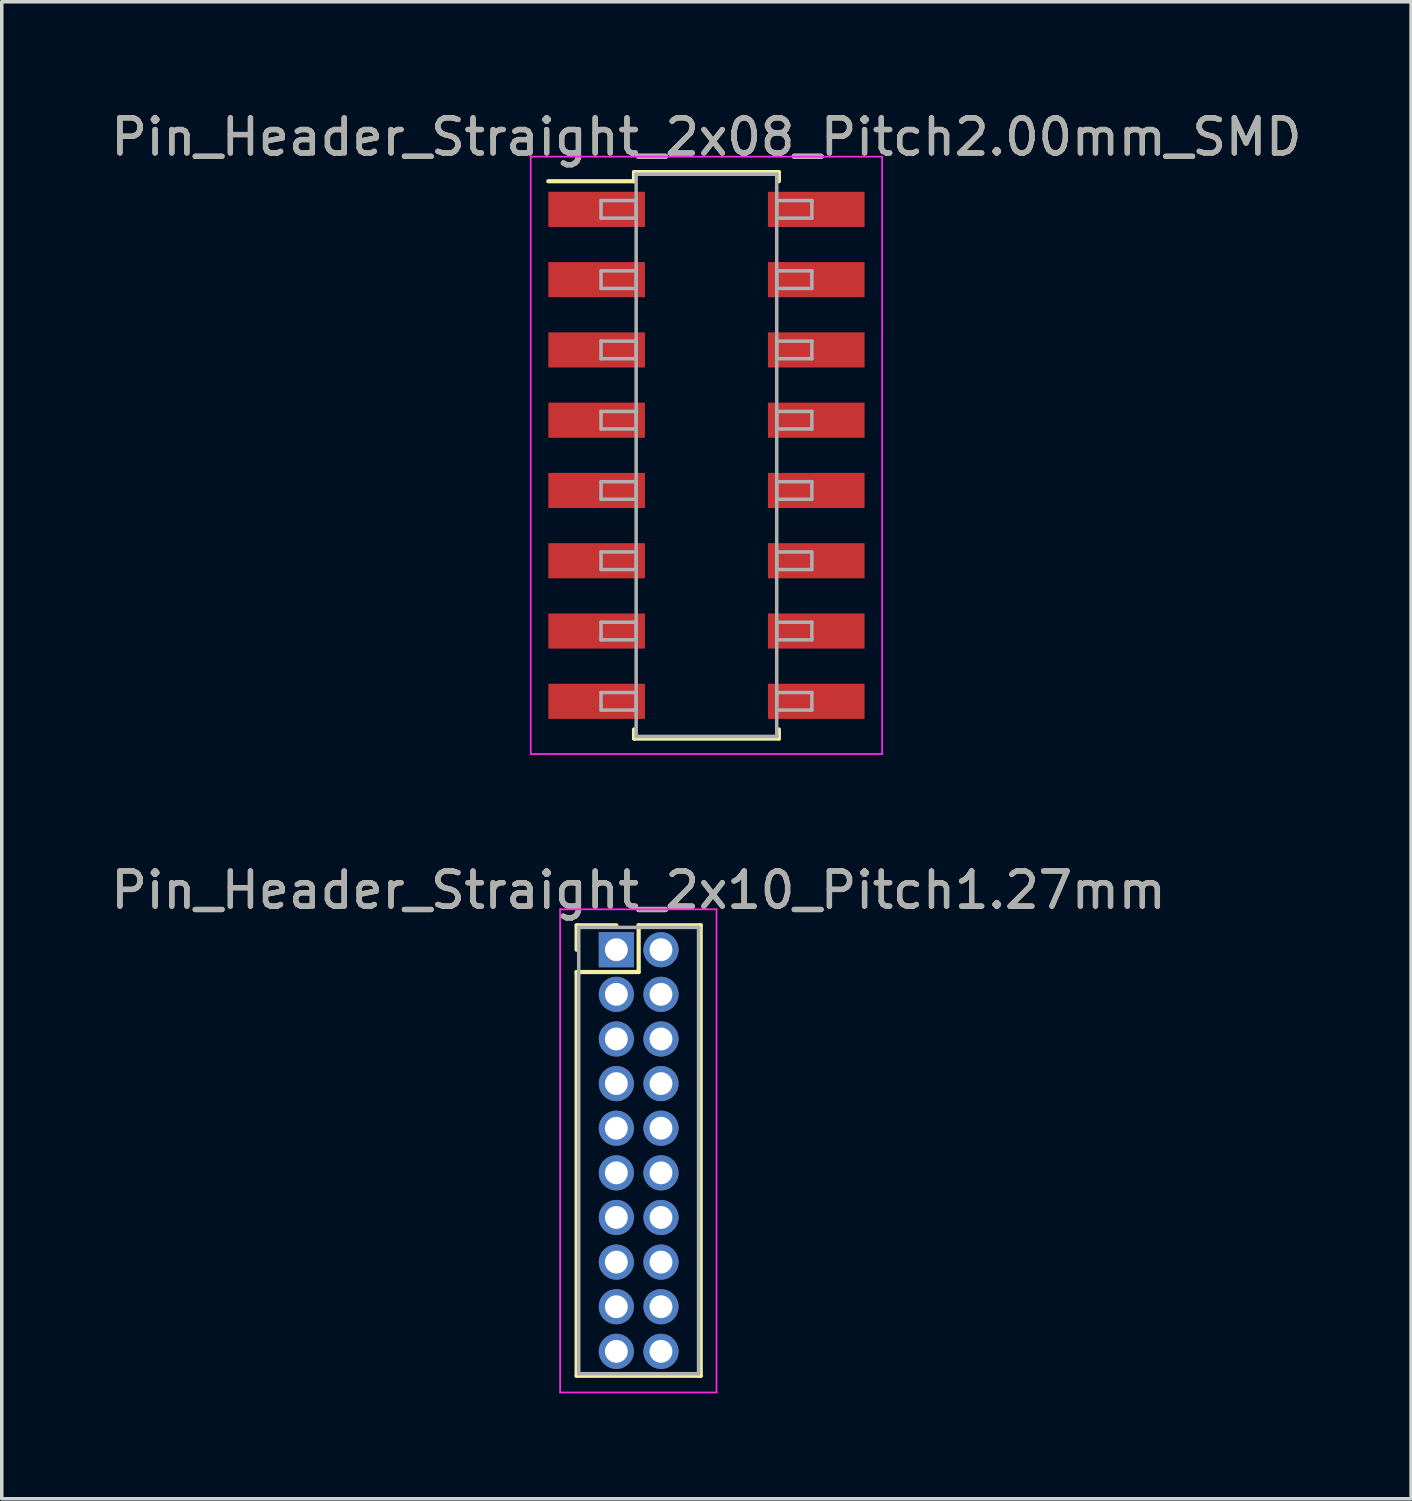
<source format=kicad_pcb>
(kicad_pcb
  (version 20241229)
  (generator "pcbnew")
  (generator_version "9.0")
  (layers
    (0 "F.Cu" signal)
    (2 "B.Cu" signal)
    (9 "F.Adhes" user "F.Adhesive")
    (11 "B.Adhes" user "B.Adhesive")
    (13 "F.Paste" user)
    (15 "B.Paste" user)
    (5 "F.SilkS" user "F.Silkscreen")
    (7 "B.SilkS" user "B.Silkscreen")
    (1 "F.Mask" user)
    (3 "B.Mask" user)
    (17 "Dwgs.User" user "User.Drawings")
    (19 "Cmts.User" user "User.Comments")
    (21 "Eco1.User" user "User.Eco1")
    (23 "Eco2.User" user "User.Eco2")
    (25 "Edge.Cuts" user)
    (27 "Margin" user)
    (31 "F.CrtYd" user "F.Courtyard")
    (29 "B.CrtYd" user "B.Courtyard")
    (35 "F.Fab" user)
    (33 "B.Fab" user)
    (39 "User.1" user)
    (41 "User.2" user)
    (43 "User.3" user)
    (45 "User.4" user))
  (footprint "Pin_Header_Straight_2x10_Pitch1.27mm"
    (layer "F.Cu")
    (at 14.49 23.977)
    (property "Reference" "Pin_Header_Straight_2x10_Pitch1.27mm" (at 0.635 -1.695 0) (layer "F.SilkS") (effects (font (size 1 1) (thickness 0.15))))
    (attr through_hole)
    (fp_line (start -1.13 -0.695) (end 0 -0.695) (stroke (width 0.12) (type solid)) (layer "F.SilkS"))
    (fp_line (start -1.13 0) (end -1.13 -0.695) (stroke (width 0.12) (type solid)) (layer "F.SilkS"))
    (fp_line (start -1.13 0.635) (end -1.13 12.125) (stroke (width 0.12) (type solid)) (layer "F.SilkS"))
    (fp_line (start -1.13 12.125) (end 2.4 12.125) (stroke (width 0.12) (type solid)) (layer "F.SilkS"))
    (fp_line (start 0.635 -0.695) (end 0.635 0.635) (stroke (width 0.12) (type solid)) (layer "F.SilkS"))
    (fp_line (start 0.635 0.635) (end -1.13 0.635) (stroke (width 0.12) (type solid)) (layer "F.SilkS"))
    (fp_line (start 2.4 -0.695) (end 0.635 -0.695) (stroke (width 0.12) (type solid)) (layer "F.SilkS"))
    (fp_line (start 2.4 12.125) (end 2.4 -0.695) (stroke (width 0.12) (type solid)) (layer "F.SilkS"))
    (fp_line (start -1.6 -1.15) (end -1.6 12.6) (stroke (width 0.05) (type solid)) (layer "F.CrtYd"))
    (fp_line (start -1.6 12.6) (end 2.85 12.6) (stroke (width 0.05) (type solid)) (layer "F.CrtYd"))
    (fp_line (start 2.85 -1.15) (end -1.6 -1.15) (stroke (width 0.05) (type solid)) (layer "F.CrtYd"))
    (fp_line (start 2.85 12.6) (end 2.85 -1.15) (stroke (width 0.05) (type solid)) (layer "F.CrtYd"))
    (fp_line (start -1.07 -0.635) (end -1.07 12.065) (stroke (width 0.1) (type solid)) (layer "F.Fab"))
    (fp_line (start -1.07 12.065) (end 2.34 12.065) (stroke (width 0.1) (type solid)) (layer "F.Fab"))
    (fp_line (start 2.34 -0.635) (end -1.07 -0.635) (stroke (width 0.1) (type solid)) (layer "F.Fab"))
    (fp_line (start 2.34 12.065) (end 2.34 -0.635) (stroke (width 0.1) (type solid)) (layer "F.Fab"))
    (fp_text user "${REFERENCE}" (at 0.635 -1.695 0) (layer "F.Fab") (effects (font (size 1 1) (thickness 0.15))))
    (pad "1" thru_hole rect (at 0 0) (size 1 1) (drill 0.65) (layers "*.Cu" "*.Mask"))
    (pad "2" thru_hole oval (at 1.27 0) (size 1 1) (drill 0.65) (layers "*.Cu" "*.Mask"))
    (pad "3" thru_hole oval (at 0 1.27) (size 1 1) (drill 0.65) (layers "*.Cu" "*.Mask"))
    (pad "4" thru_hole oval (at 1.27 1.27) (size 1 1) (drill 0.65) (layers "*.Cu" "*.Mask"))
    (pad "5" thru_hole oval (at 0 2.54) (size 1 1) (drill 0.65) (layers "*.Cu" "*.Mask"))
    (pad "6" thru_hole oval (at 1.27 2.54) (size 1 1) (drill 0.65) (layers "*.Cu" "*.Mask"))
    (pad "7" thru_hole oval (at 0 3.81) (size 1 1) (drill 0.65) (layers "*.Cu" "*.Mask"))
    (pad "8" thru_hole oval (at 1.27 3.81) (size 1 1) (drill 0.65) (layers "*.Cu" "*.Mask"))
    (pad "9" thru_hole oval (at 0 5.08) (size 1 1) (drill 0.65) (layers "*.Cu" "*.Mask"))
    (pad "10" thru_hole oval (at 1.27 5.08) (size 1 1) (drill 0.65) (layers "*.Cu" "*.Mask"))
    (pad "11" thru_hole oval (at 0 6.35) (size 1 1) (drill 0.65) (layers "*.Cu" "*.Mask"))
    (pad "12" thru_hole oval (at 1.27 6.35) (size 1 1) (drill 0.65) (layers "*.Cu" "*.Mask"))
    (pad "13" thru_hole oval (at 0 7.62) (size 1 1) (drill 0.65) (layers "*.Cu" "*.Mask"))
    (pad "14" thru_hole oval (at 1.27 7.62) (size 1 1) (drill 0.65) (layers "*.Cu" "*.Mask"))
    (pad "15" thru_hole oval (at 0 8.89) (size 1 1) (drill 0.65) (layers "*.Cu" "*.Mask"))
    (pad "16" thru_hole oval (at 1.27 8.89) (size 1 1) (drill 0.65) (layers "*.Cu" "*.Mask"))
    (pad "17" thru_hole oval (at 0 10.16) (size 1 1) (drill 0.65) (layers "*.Cu" "*.Mask"))
    (pad "18" thru_hole oval (at 1.27 10.16) (size 1 1) (drill 0.65) (layers "*.Cu" "*.Mask"))
    (pad "19" thru_hole oval (at 0 11.43) (size 1 1) (drill 0.65) (layers "*.Cu" "*.Mask"))
    (pad "20" thru_hole oval (at 1.27 11.43) (size 1 1) (drill 0.65) (layers "*.Cu" "*.Mask")))
  (footprint "Pin_Header_Straight_2x08_Pitch2.00mm_SMD"
    (layer "F.Cu")
    (at 17.054 9.908)
    (property "Reference" "Pin_Header_Straight_2x08_Pitch2.00mm_SMD" (at 0 -9.06 0) (layer "F.SilkS") (effects (font (size 1 1) (thickness 0.15))))
    (attr smd)
    (fp_line (start -4.5 -7.8) (end -2.06 -7.8) (stroke (width 0.12) (type solid)) (layer "F.SilkS"))
    (fp_line (start -2.06 -8.06) (end 2.06 -8.06) (stroke (width 0.12) (type solid)) (layer "F.SilkS"))
    (fp_line (start -2.06 -7.8) (end -2.06 -8.06) (stroke (width 0.12) (type solid)) (layer "F.SilkS"))
    (fp_line (start -2.06 7.8) (end -2.06 8.06) (stroke (width 0.12) (type solid)) (layer "F.SilkS"))
    (fp_line (start -2.06 8.06) (end 2.06 8.06) (stroke (width 0.12) (type solid)) (layer "F.SilkS"))
    (fp_line (start 2.06 -8.06) (end 2.06 -7.8) (stroke (width 0.12) (type solid)) (layer "F.SilkS"))
    (fp_line (start 2.06 8.06) (end 2.06 7.8) (stroke (width 0.12) (type solid)) (layer "F.SilkS"))
    (fp_line (start -5 -8.5) (end -5 8.5) (stroke (width 0.05) (type solid)) (layer "F.CrtYd"))
    (fp_line (start -5 8.5) (end 5 8.5) (stroke (width 0.05) (type solid)) (layer "F.CrtYd"))
    (fp_line (start 5 -8.5) (end -5 -8.5) (stroke (width 0.05) (type solid)) (layer "F.CrtYd"))
    (fp_line (start 5 8.5) (end 5 -8.5) (stroke (width 0.05) (type solid)) (layer "F.CrtYd"))
    (fp_line (start -3 -7.25) (end -2 -7.25) (stroke (width 0.1) (type solid)) (layer "F.Fab"))
    (fp_line (start -3 -6.75) (end -3 -7.25) (stroke (width 0.1) (type solid)) (layer "F.Fab"))
    (fp_line (start -3 -5.25) (end -2 -5.25) (stroke (width 0.1) (type solid)) (layer "F.Fab"))
    (fp_line (start -3 -4.75) (end -3 -5.25) (stroke (width 0.1) (type solid)) (layer "F.Fab"))
    (fp_line (start -3 -3.25) (end -2 -3.25) (stroke (width 0.1) (type solid)) (layer "F.Fab"))
    (fp_line (start -3 -2.75) (end -3 -3.25) (stroke (width 0.1) (type solid)) (layer "F.Fab"))
    (fp_line (start -3 -1.25) (end -2 -1.25) (stroke (width 0.1) (type solid)) (layer "F.Fab"))
    (fp_line (start -3 -0.75) (end -3 -1.25) (stroke (width 0.1) (type solid)) (layer "F.Fab"))
    (fp_line (start -3 0.75) (end -2 0.75) (stroke (width 0.1) (type solid)) (layer "F.Fab"))
    (fp_line (start -3 1.25) (end -3 0.75) (stroke (width 0.1) (type solid)) (layer "F.Fab"))
    (fp_line (start -3 2.75) (end -2 2.75) (stroke (width 0.1) (type solid)) (layer "F.Fab"))
    (fp_line (start -3 3.25) (end -3 2.75) (stroke (width 0.1) (type solid)) (layer "F.Fab"))
    (fp_line (start -3 4.75) (end -2 4.75) (stroke (width 0.1) (type solid)) (layer "F.Fab"))
    (fp_line (start -3 5.25) (end -3 4.75) (stroke (width 0.1) (type solid)) (layer "F.Fab"))
    (fp_line (start -3 6.75) (end -2 6.75) (stroke (width 0.1) (type solid)) (layer "F.Fab"))
    (fp_line (start -3 7.25) (end -3 6.75) (stroke (width 0.1) (type solid)) (layer "F.Fab"))
    (fp_line (start -2 -8) (end -2 8) (stroke (width 0.1) (type solid)) (layer "F.Fab"))
    (fp_line (start -2 -7.25) (end -2 -6.75) (stroke (width 0.1) (type solid)) (layer "F.Fab"))
    (fp_line (start -2 -6.75) (end -3 -6.75) (stroke (width 0.1) (type solid)) (layer "F.Fab"))
    (fp_line (start -2 -5.25) (end -2 -4.75) (stroke (width 0.1) (type solid)) (layer "F.Fab"))
    (fp_line (start -2 -4.75) (end -3 -4.75) (stroke (width 0.1) (type solid)) (layer "F.Fab"))
    (fp_line (start -2 -3.25) (end -2 -2.75) (stroke (width 0.1) (type solid)) (layer "F.Fab"))
    (fp_line (start -2 -2.75) (end -3 -2.75) (stroke (width 0.1) (type solid)) (layer "F.Fab"))
    (fp_line (start -2 -1.25) (end -2 -0.75) (stroke (width 0.1) (type solid)) (layer "F.Fab"))
    (fp_line (start -2 -0.75) (end -3 -0.75) (stroke (width 0.1) (type solid)) (layer "F.Fab"))
    (fp_line (start -2 0.75) (end -2 1.25) (stroke (width 0.1) (type solid)) (layer "F.Fab"))
    (fp_line (start -2 1.25) (end -3 1.25) (stroke (width 0.1) (type solid)) (layer "F.Fab"))
    (fp_line (start -2 2.75) (end -2 3.25) (stroke (width 0.1) (type solid)) (layer "F.Fab"))
    (fp_line (start -2 3.25) (end -3 3.25) (stroke (width 0.1) (type solid)) (layer "F.Fab"))
    (fp_line (start -2 4.75) (end -2 5.25) (stroke (width 0.1) (type solid)) (layer "F.Fab"))
    (fp_line (start -2 5.25) (end -3 5.25) (stroke (width 0.1) (type solid)) (layer "F.Fab"))
    (fp_line (start -2 6.75) (end -2 7.25) (stroke (width 0.1) (type solid)) (layer "F.Fab"))
    (fp_line (start -2 7.25) (end -3 7.25) (stroke (width 0.1) (type solid)) (layer "F.Fab"))
    (fp_line (start -2 8) (end 2 8) (stroke (width 0.1) (type solid)) (layer "F.Fab"))
    (fp_line (start 2 -8) (end -2 -8) (stroke (width 0.1) (type solid)) (layer "F.Fab"))
    (fp_line (start 2 -7.25) (end 2 -6.75) (stroke (width 0.1) (type solid)) (layer "F.Fab"))
    (fp_line (start 2 -6.75) (end 3 -6.75) (stroke (width 0.1) (type solid)) (layer "F.Fab"))
    (fp_line (start 2 -5.25) (end 2 -4.75) (stroke (width 0.1) (type solid)) (layer "F.Fab"))
    (fp_line (start 2 -4.75) (end 3 -4.75) (stroke (width 0.1) (type solid)) (layer "F.Fab"))
    (fp_line (start 2 -3.25) (end 2 -2.75) (stroke (width 0.1) (type solid)) (layer "F.Fab"))
    (fp_line (start 2 -2.75) (end 3 -2.75) (stroke (width 0.1) (type solid)) (layer "F.Fab"))
    (fp_line (start 2 -1.25) (end 2 -0.75) (stroke (width 0.1) (type solid)) (layer "F.Fab"))
    (fp_line (start 2 -0.75) (end 3 -0.75) (stroke (width 0.1) (type solid)) (layer "F.Fab"))
    (fp_line (start 2 0.75) (end 2 1.25) (stroke (width 0.1) (type solid)) (layer "F.Fab"))
    (fp_line (start 2 1.25) (end 3 1.25) (stroke (width 0.1) (type solid)) (layer "F.Fab"))
    (fp_line (start 2 2.75) (end 2 3.25) (stroke (width 0.1) (type solid)) (layer "F.Fab"))
    (fp_line (start 2 3.25) (end 3 3.25) (stroke (width 0.1) (type solid)) (layer "F.Fab"))
    (fp_line (start 2 4.75) (end 2 5.25) (stroke (width 0.1) (type solid)) (layer "F.Fab"))
    (fp_line (start 2 5.25) (end 3 5.25) (stroke (width 0.1) (type solid)) (layer "F.Fab"))
    (fp_line (start 2 6.75) (end 2 7.25) (stroke (width 0.1) (type solid)) (layer "F.Fab"))
    (fp_line (start 2 7.25) (end 3 7.25) (stroke (width 0.1) (type solid)) (layer "F.Fab"))
    (fp_line (start 2 8) (end 2 -8) (stroke (width 0.1) (type solid)) (layer "F.Fab"))
    (fp_line (start 3 -7.25) (end 2 -7.25) (stroke (width 0.1) (type solid)) (layer "F.Fab"))
    (fp_line (start 3 -6.75) (end 3 -7.25) (stroke (width 0.1) (type solid)) (layer "F.Fab"))
    (fp_line (start 3 -5.25) (end 2 -5.25) (stroke (width 0.1) (type solid)) (layer "F.Fab"))
    (fp_line (start 3 -4.75) (end 3 -5.25) (stroke (width 0.1) (type solid)) (layer "F.Fab"))
    (fp_line (start 3 -3.25) (end 2 -3.25) (stroke (width 0.1) (type solid)) (layer "F.Fab"))
    (fp_line (start 3 -2.75) (end 3 -3.25) (stroke (width 0.1) (type solid)) (layer "F.Fab"))
    (fp_line (start 3 -1.25) (end 2 -1.25) (stroke (width 0.1) (type solid)) (layer "F.Fab"))
    (fp_line (start 3 -0.75) (end 3 -1.25) (stroke (width 0.1) (type solid)) (layer "F.Fab"))
    (fp_line (start 3 0.75) (end 2 0.75) (stroke (width 0.1) (type solid)) (layer "F.Fab"))
    (fp_line (start 3 1.25) (end 3 0.75) (stroke (width 0.1) (type solid)) (layer "F.Fab"))
    (fp_line (start 3 2.75) (end 2 2.75) (stroke (width 0.1) (type solid)) (layer "F.Fab"))
    (fp_line (start 3 3.25) (end 3 2.75) (stroke (width 0.1) (type solid)) (layer "F.Fab"))
    (fp_line (start 3 4.75) (end 2 4.75) (stroke (width 0.1) (type solid)) (layer "F.Fab"))
    (fp_line (start 3 5.25) (end 3 4.75) (stroke (width 0.1) (type solid)) (layer "F.Fab"))
    (fp_line (start 3 6.75) (end 2 6.75) (stroke (width 0.1) (type solid)) (layer "F.Fab"))
    (fp_line (start 3 7.25) (end 3 6.75) (stroke (width 0.1) (type solid)) (layer "F.Fab"))
    (fp_text user "${REFERENCE}" (at 0 -9.06 0) (layer "F.Fab") (effects (font (size 1 1) (thickness 0.15))))
    (pad "1" smd rect (at -3.125 -7) (size 2.75 1) (layers "F.Cu" "F.Mask" "F.Paste"))
    (pad "2" smd rect (at 3.125 -7) (size 2.75 1) (layers "F.Cu" "F.Mask" "F.Paste"))
    (pad "3" smd rect (at -3.125 -5) (size 2.75 1) (layers "F.Cu" "F.Mask" "F.Paste"))
    (pad "4" smd rect (at 3.125 -5) (size 2.75 1) (layers "F.Cu" "F.Mask" "F.Paste"))
    (pad "5" smd rect (at -3.125 -3) (size 2.75 1) (layers "F.Cu" "F.Mask" "F.Paste"))
    (pad "6" smd rect (at 3.125 -3) (size 2.75 1) (layers "F.Cu" "F.Mask" "F.Paste"))
    (pad "7" smd rect (at -3.125 -1) (size 2.75 1) (layers "F.Cu" "F.Mask" "F.Paste"))
    (pad "8" smd rect (at 3.125 -1) (size 2.75 1) (layers "F.Cu" "F.Mask" "F.Paste"))
    (pad "9" smd rect (at -3.125 1) (size 2.75 1) (layers "F.Cu" "F.Mask" "F.Paste"))
    (pad "10" smd rect (at 3.125 1) (size 2.75 1) (layers "F.Cu" "F.Mask" "F.Paste"))
    (pad "11" smd rect (at -3.125 3) (size 2.75 1) (layers "F.Cu" "F.Mask" "F.Paste"))
    (pad "12" smd rect (at 3.125 3) (size 2.75 1) (layers "F.Cu" "F.Mask" "F.Paste"))
    (pad "13" smd rect (at -3.125 5) (size 2.75 1) (layers "F.Cu" "F.Mask" "F.Paste"))
    (pad "14" smd rect (at 3.125 5) (size 2.75 1) (layers "F.Cu" "F.Mask" "F.Paste"))
    (pad "15" smd rect (at -3.125 7) (size 2.75 1) (layers "F.Cu" "F.Mask" "F.Paste"))
    (pad "16" smd rect (at 3.125 7) (size 2.75 1) (layers "F.Cu" "F.Mask" "F.Paste")))
  (gr_rect
    (start -3 -3)
    (end 37.107 39.602)
    (stroke (width 0.1) (type default))
    (fill no)
    (layer "Edge.Cuts")))
</source>
